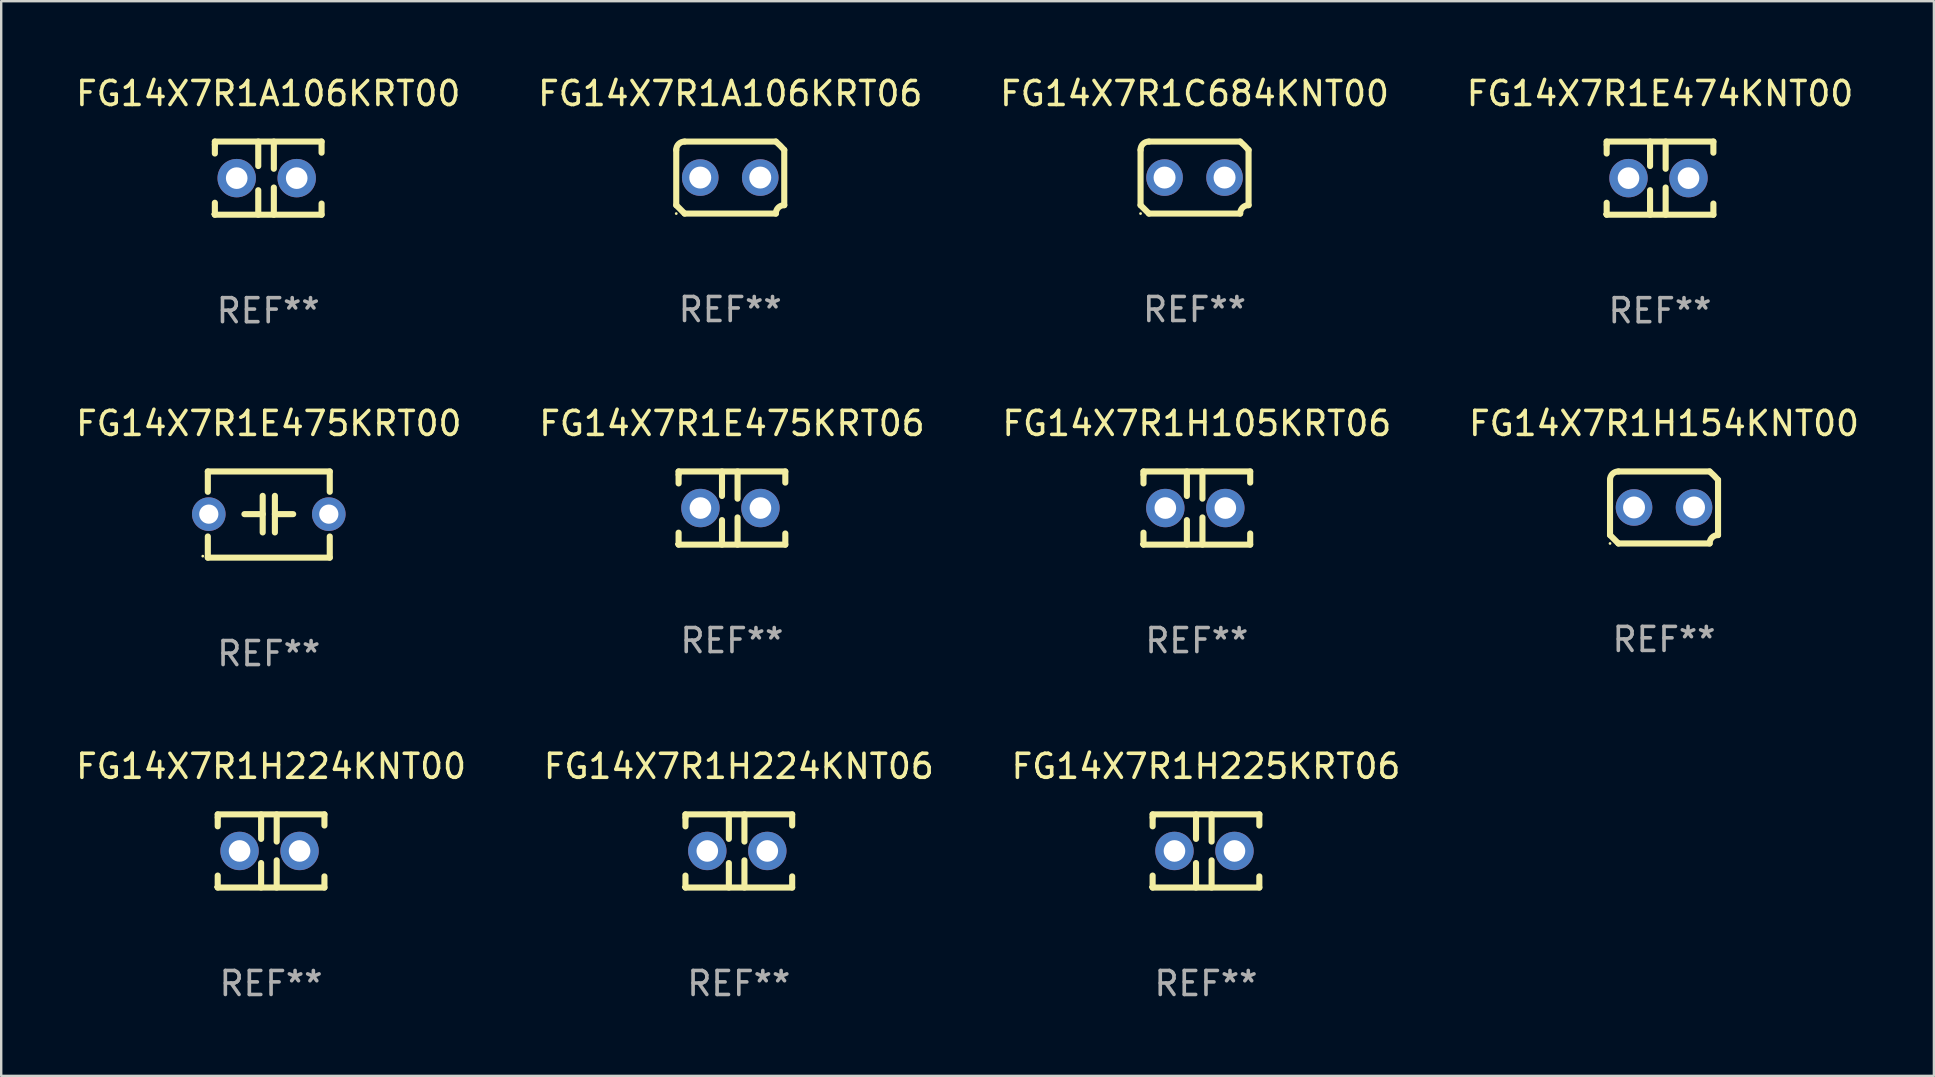
<source format=kicad_pcb>
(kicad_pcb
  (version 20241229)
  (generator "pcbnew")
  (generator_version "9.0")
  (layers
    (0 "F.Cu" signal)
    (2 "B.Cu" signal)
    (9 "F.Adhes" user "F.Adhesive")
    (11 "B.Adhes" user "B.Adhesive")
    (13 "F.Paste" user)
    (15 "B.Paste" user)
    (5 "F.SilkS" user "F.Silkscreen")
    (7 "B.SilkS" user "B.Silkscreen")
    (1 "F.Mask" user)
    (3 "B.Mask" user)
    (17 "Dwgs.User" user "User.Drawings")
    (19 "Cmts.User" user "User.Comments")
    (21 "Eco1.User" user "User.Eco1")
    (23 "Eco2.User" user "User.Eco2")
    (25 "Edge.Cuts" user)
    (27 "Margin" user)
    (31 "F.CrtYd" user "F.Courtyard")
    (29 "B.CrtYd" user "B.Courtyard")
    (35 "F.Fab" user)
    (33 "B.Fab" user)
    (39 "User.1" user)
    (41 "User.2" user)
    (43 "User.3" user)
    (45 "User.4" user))
  (footprint "FG14X7R1A106KRT06"
    (layer "F.Cu")
    (at 27.375 4.348)
    (property "Reference" "FG14X7R1A106KRT06" (at 0 -3.5 0) (layer "F.SilkS") (effects (font (size 1 1) (thickness 0.15))))
    (attr through_hole)
    (fp_line (start -2.25 -1.15) (end -2.25 1.15) (stroke (width 0.254) (type solid)) (layer "F.SilkS"))
    (fp_line (start -1.9 -1.5) (end 1.9 -1.5) (stroke (width 0.254) (type solid)) (layer "F.SilkS"))
    (fp_line (start 1.9 1.5) (end -1.9 1.5) (stroke (width 0.254) (type solid)) (layer "F.SilkS"))
    (fp_line (start 2.25 1.15) (end 2.25 -1.15) (stroke (width 0.254) (type solid)) (layer "F.SilkS"))
    (fp_arc (start -2.250444 -1.150623) (mid -2.148751 -1.399065) (end -1.9 -1.5) (stroke (width 0.254001) (type solid)) (layer "F.SilkS"))
    (fp_arc (start -1.90061 1.500431) (mid -2.075366 1.325276) (end -2.249987 1.149987) (stroke (width 0.254001) (type solid)) (layer "F.SilkS"))
    (fp_arc (start 1.9 1.5) (mid 2.001853 1.251718) (end 2.250445 1.150622) (stroke (width 0.254001) (type solid)) (layer "F.SilkS"))
    (fp_arc (start 1.90066 -1.500432) (mid 2.081685 -1.331526) (end 2.250038 -1.149987) (stroke (width 0.254001) (type solid)) (layer "F.SilkS"))
    (fp_circle (center -2.25 1.5) (end -2.22 1.5) (stroke (width 0.06) (type solid)) (fill no) (layer "F.SilkS"))
    (fp_text user "REF**" (at 0 5.5 0) (layer "F.Fab") (effects (font (size 1 1) (thickness 0.15))))
    (pad "1" thru_hole circle (at -1.25 0) (size 1.524 1.524) (drill 0.914) (layers "*.Cu" "*.Mask"))
    (pad "2" thru_hole circle (at 1.25 0) (size 1.524 1.524) (drill 0.914) (layers "*.Cu" "*.Mask")))
  (footprint "FG14X7R1A106KRT00"
    (layer "F.Cu")
    (at 8.125 4.372)
    (property "Reference" "FG14X7R1A106KRT00" (at 0 -3.524 0) (layer "F.SilkS") (effects (font (size 1 1) (thickness 0.15))))
    (attr through_hole)
    (fp_line (start -2.223 -1.524) (end 2.223 -1.524) (stroke (width 0.254) (type solid)) (layer "F.SilkS"))
    (fp_line (start -2.223 -1.397) (end -2.223 -1.524) (stroke (width 0.254) (type solid)) (layer "F.SilkS"))
    (fp_line (start -2.223 -1.026) (end -2.223 -1.397) (stroke (width 0.254) (type solid)) (layer "F.SilkS"))
    (fp_line (start -2.223 1.524) (end -2.223 1.026) (stroke (width 0.254) (type solid)) (layer "F.SilkS"))
    (fp_line (start -0.415 -1.524) (end -0.415 -0.503) (stroke (width 0.254) (type solid)) (layer "F.SilkS"))
    (fp_line (start -0.415 0.503) (end -0.415 1.524) (stroke (width 0.254) (type solid)) (layer "F.SilkS"))
    (fp_line (start 0.234 -1.524) (end 0.234 -0.391) (stroke (width 0.254) (type solid)) (layer "F.SilkS"))
    (fp_line (start 0.234 0.391) (end 0.234 1.524) (stroke (width 0.254) (type solid)) (layer "F.SilkS"))
    (fp_line (start 2.223 -1.524) (end 2.223 -1.06) (stroke (width 0.254) (type solid)) (layer "F.SilkS"))
    (fp_line (start 2.223 1.06) (end 2.223 1.524) (stroke (width 0.254) (type solid)) (layer "F.SilkS"))
    (fp_line (start 2.223 1.524) (end -2.223 1.524) (stroke (width 0.254) (type solid)) (layer "F.SilkS"))
    (fp_circle (center -2.314 1.5) (end -2.284 1.5) (stroke (width 0.06) (type solid)) (fill no) (layer "F.SilkS"))
    (fp_text user "REF**" (at 0 5.524 0) (layer "F.Fab") (effects (font (size 1 1) (thickness 0.15))))
    (pad "1" thru_hole circle (at -1.313 0) (size 1.6 1.6) (drill 0.9) (layers "*.Cu" "*.Mask"))
    (pad "2" thru_hole circle (at 1.187 0) (size 1.6 1.6) (drill 0.9) (layers "*.Cu" "*.Mask")))
  (footprint "FG14X7R1E474KNT00"
    (layer "F.Cu")
    (at 66.113 4.372)
    (property "Reference" "FG14X7R1E474KNT00" (at 0 -3.524 0) (layer "F.SilkS") (effects (font (size 1 1) (thickness 0.15))))
    (attr through_hole)
    (fp_line (start -2.223 -1.524) (end 2.223 -1.524) (stroke (width 0.254) (type solid)) (layer "F.SilkS"))
    (fp_line (start -2.223 -1.397) (end -2.223 -1.524) (stroke (width 0.254) (type solid)) (layer "F.SilkS"))
    (fp_line (start -2.223 -1.026) (end -2.223 -1.397) (stroke (width 0.254) (type solid)) (layer "F.SilkS"))
    (fp_line (start -2.223 1.524) (end -2.223 1.026) (stroke (width 0.254) (type solid)) (layer "F.SilkS"))
    (fp_line (start -0.415 -1.524) (end -0.415 -0.503) (stroke (width 0.254) (type solid)) (layer "F.SilkS"))
    (fp_line (start -0.415 0.503) (end -0.415 1.524) (stroke (width 0.254) (type solid)) (layer "F.SilkS"))
    (fp_line (start 0.234 -1.524) (end 0.234 -0.391) (stroke (width 0.254) (type solid)) (layer "F.SilkS"))
    (fp_line (start 0.234 0.391) (end 0.234 1.524) (stroke (width 0.254) (type solid)) (layer "F.SilkS"))
    (fp_line (start 2.223 -1.524) (end 2.223 -1.06) (stroke (width 0.254) (type solid)) (layer "F.SilkS"))
    (fp_line (start 2.223 1.06) (end 2.223 1.524) (stroke (width 0.254) (type solid)) (layer "F.SilkS"))
    (fp_line (start 2.223 1.524) (end -2.223 1.524) (stroke (width 0.254) (type solid)) (layer "F.SilkS"))
    (fp_circle (center -2.314 1.5) (end -2.284 1.5) (stroke (width 0.06) (type solid)) (fill no) (layer "F.SilkS"))
    (fp_text user "REF**" (at 0 5.524 0) (layer "F.Fab") (effects (font (size 1 1) (thickness 0.15))))
    (pad "1" thru_hole circle (at -1.313 0) (size 1.6 1.6) (drill 0.9) (layers "*.Cu" "*.Mask"))
    (pad "2" thru_hole circle (at 1.187 0) (size 1.6 1.6) (drill 0.9) (layers "*.Cu" "*.Mask")))
  (footprint "FG14X7R1C684KNT00"
    (layer "F.Cu")
    (at 46.72 4.348)
    (property "Reference" "FG14X7R1C684KNT00" (at 0 -3.5 0) (layer "F.SilkS") (effects (font (size 1 1) (thickness 0.15))))
    (attr through_hole)
    (fp_line (start -2.25 -1.15) (end -2.25 1.15) (stroke (width 0.254) (type solid)) (layer "F.SilkS"))
    (fp_line (start -1.9 -1.5) (end 1.9 -1.5) (stroke (width 0.254) (type solid)) (layer "F.SilkS"))
    (fp_line (start 1.9 1.5) (end -1.9 1.5) (stroke (width 0.254) (type solid)) (layer "F.SilkS"))
    (fp_line (start 2.25 1.15) (end 2.25 -1.15) (stroke (width 0.254) (type solid)) (layer "F.SilkS"))
    (fp_arc (start -2.250444 -1.150623) (mid -2.148751 -1.399065) (end -1.9 -1.5) (stroke (width 0.254001) (type solid)) (layer "F.SilkS"))
    (fp_arc (start -1.90061 1.500431) (mid -2.075366 1.325276) (end -2.249987 1.149987) (stroke (width 0.254001) (type solid)) (layer "F.SilkS"))
    (fp_arc (start 1.9 1.5) (mid 2.001853 1.251718) (end 2.250445 1.150622) (stroke (width 0.254001) (type solid)) (layer "F.SilkS"))
    (fp_arc (start 1.90066 -1.500432) (mid 2.081685 -1.331526) (end 2.250038 -1.149987) (stroke (width 0.254001) (type solid)) (layer "F.SilkS"))
    (fp_circle (center -2.25 1.5) (end -2.22 1.5) (stroke (width 0.06) (type solid)) (fill no) (layer "F.SilkS"))
    (fp_text user "REF**" (at 0 5.5 0) (layer "F.Fab") (effects (font (size 1 1) (thickness 0.15))))
    (pad "1" thru_hole circle (at -1.25 0) (size 1.524 1.524) (drill 0.914) (layers "*.Cu" "*.Mask"))
    (pad "2" thru_hole circle (at 1.25 0) (size 1.524 1.524) (drill 0.914) (layers "*.Cu" "*.Mask")))
  (footprint "FG14X7R1H224KNT06"
    (layer "F.Cu")
    (at 27.732 32.404)
    (property "Reference" "FG14X7R1H224KNT06" (at 0 -3.524 0) (layer "F.SilkS") (effects (font (size 1 1) (thickness 0.15))))
    (attr through_hole)
    (fp_line (start -2.223 -1.524) (end 2.223 -1.524) (stroke (width 0.254) (type solid)) (layer "F.SilkS"))
    (fp_line (start -2.223 -1.397) (end -2.223 -1.524) (stroke (width 0.254) (type solid)) (layer "F.SilkS"))
    (fp_line (start -2.223 -1.026) (end -2.223 -1.397) (stroke (width 0.254) (type solid)) (layer "F.SilkS"))
    (fp_line (start -2.223 1.524) (end -2.223 1.026) (stroke (width 0.254) (type solid)) (layer "F.SilkS"))
    (fp_line (start -0.415 -1.524) (end -0.415 -0.503) (stroke (width 0.254) (type solid)) (layer "F.SilkS"))
    (fp_line (start -0.415 0.503) (end -0.415 1.524) (stroke (width 0.254) (type solid)) (layer "F.SilkS"))
    (fp_line (start 0.234 -1.524) (end 0.234 -0.391) (stroke (width 0.254) (type solid)) (layer "F.SilkS"))
    (fp_line (start 0.234 0.391) (end 0.234 1.524) (stroke (width 0.254) (type solid)) (layer "F.SilkS"))
    (fp_line (start 2.223 -1.524) (end 2.223 -1.06) (stroke (width 0.254) (type solid)) (layer "F.SilkS"))
    (fp_line (start 2.223 1.06) (end 2.223 1.524) (stroke (width 0.254) (type solid)) (layer "F.SilkS"))
    (fp_line (start 2.223 1.524) (end -2.223 1.524) (stroke (width 0.254) (type solid)) (layer "F.SilkS"))
    (fp_circle (center -2.314 1.5) (end -2.284 1.5) (stroke (width 0.06) (type solid)) (fill no) (layer "F.SilkS"))
    (fp_text user "REF**" (at 0 5.524 0) (layer "F.Fab") (effects (font (size 1 1) (thickness 0.15))))
    (pad "1" thru_hole circle (at -1.313 0) (size 1.6 1.6) (drill 0.9) (layers "*.Cu" "*.Mask"))
    (pad "2" thru_hole circle (at 1.187 0) (size 1.6 1.6) (drill 0.9) (layers "*.Cu" "*.Mask")))
  (footprint "FG14X7R1H105KRT06"
    (layer "F.Cu")
    (at 46.815 18.117)
    (property "Reference" "FG14X7R1H105KRT06" (at 0 -3.524 0) (layer "F.SilkS") (effects (font (size 1 1) (thickness 0.15))))
    (attr through_hole)
    (fp_line (start -2.223 -1.524) (end 2.223 -1.524) (stroke (width 0.254) (type solid)) (layer "F.SilkS"))
    (fp_line (start -2.223 -1.397) (end -2.223 -1.524) (stroke (width 0.254) (type solid)) (layer "F.SilkS"))
    (fp_line (start -2.223 -1.026) (end -2.223 -1.397) (stroke (width 0.254) (type solid)) (layer "F.SilkS"))
    (fp_line (start -2.223 1.524) (end -2.223 1.026) (stroke (width 0.254) (type solid)) (layer "F.SilkS"))
    (fp_line (start -0.415 -1.524) (end -0.415 -0.503) (stroke (width 0.254) (type solid)) (layer "F.SilkS"))
    (fp_line (start -0.415 0.503) (end -0.415 1.524) (stroke (width 0.254) (type solid)) (layer "F.SilkS"))
    (fp_line (start 0.234 -1.524) (end 0.234 -0.391) (stroke (width 0.254) (type solid)) (layer "F.SilkS"))
    (fp_line (start 0.234 0.391) (end 0.234 1.524) (stroke (width 0.254) (type solid)) (layer "F.SilkS"))
    (fp_line (start 2.223 -1.524) (end 2.223 -1.06) (stroke (width 0.254) (type solid)) (layer "F.SilkS"))
    (fp_line (start 2.223 1.06) (end 2.223 1.524) (stroke (width 0.254) (type solid)) (layer "F.SilkS"))
    (fp_line (start 2.223 1.524) (end -2.223 1.524) (stroke (width 0.254) (type solid)) (layer "F.SilkS"))
    (fp_circle (center -2.314 1.5) (end -2.284 1.5) (stroke (width 0.06) (type solid)) (fill no) (layer "F.SilkS"))
    (fp_text user "REF**" (at 0 5.524 0) (layer "F.Fab") (effects (font (size 1 1) (thickness 0.15))))
    (pad "1" thru_hole circle (at -1.313 0) (size 1.6 1.6) (drill 0.9) (layers "*.Cu" "*.Mask"))
    (pad "2" thru_hole circle (at 1.187 0) (size 1.6 1.6) (drill 0.9) (layers "*.Cu" "*.Mask")))
  (footprint "FG14X7R1H225KRT06"
    (layer "F.Cu")
    (at 47.196 32.404)
    (property "Reference" "FG14X7R1H225KRT06" (at 0 -3.524 0) (layer "F.SilkS") (effects (font (size 1 1) (thickness 0.15))))
    (attr through_hole)
    (fp_line (start -2.223 -1.524) (end 2.223 -1.524) (stroke (width 0.254) (type solid)) (layer "F.SilkS"))
    (fp_line (start -2.223 -1.397) (end -2.223 -1.524) (stroke (width 0.254) (type solid)) (layer "F.SilkS"))
    (fp_line (start -2.223 -1.026) (end -2.223 -1.397) (stroke (width 0.254) (type solid)) (layer "F.SilkS"))
    (fp_line (start -2.223 1.524) (end -2.223 1.026) (stroke (width 0.254) (type solid)) (layer "F.SilkS"))
    (fp_line (start -0.415 -1.524) (end -0.415 -0.503) (stroke (width 0.254) (type solid)) (layer "F.SilkS"))
    (fp_line (start -0.415 0.503) (end -0.415 1.524) (stroke (width 0.254) (type solid)) (layer "F.SilkS"))
    (fp_line (start 0.234 -1.524) (end 0.234 -0.391) (stroke (width 0.254) (type solid)) (layer "F.SilkS"))
    (fp_line (start 0.234 0.391) (end 0.234 1.524) (stroke (width 0.254) (type solid)) (layer "F.SilkS"))
    (fp_line (start 2.223 -1.524) (end 2.223 -1.06) (stroke (width 0.254) (type solid)) (layer "F.SilkS"))
    (fp_line (start 2.223 1.06) (end 2.223 1.524) (stroke (width 0.254) (type solid)) (layer "F.SilkS"))
    (fp_line (start 2.223 1.524) (end -2.223 1.524) (stroke (width 0.254) (type solid)) (layer "F.SilkS"))
    (fp_circle (center -2.314 1.5) (end -2.284 1.5) (stroke (width 0.06) (type solid)) (fill no) (layer "F.SilkS"))
    (fp_text user "REF**" (at 0 5.524 0) (layer "F.Fab") (effects (font (size 1 1) (thickness 0.15))))
    (pad "1" thru_hole circle (at -1.313 0) (size 1.6 1.6) (drill 0.9) (layers "*.Cu" "*.Mask"))
    (pad "2" thru_hole circle (at 1.187 0) (size 1.6 1.6) (drill 0.9) (layers "*.Cu" "*.Mask")))
  (footprint "FG14X7R1H154KNT00"
    (layer "F.Cu")
    (at 66.28 18.093)
    (property "Reference" "FG14X7R1H154KNT00" (at 0 -3.5 0) (layer "F.SilkS") (effects (font (size 1 1) (thickness 0.15))))
    (attr through_hole)
    (fp_line (start -2.25 -1.15) (end -2.25 1.15) (stroke (width 0.254) (type solid)) (layer "F.SilkS"))
    (fp_line (start -1.9 -1.5) (end 1.9 -1.5) (stroke (width 0.254) (type solid)) (layer "F.SilkS"))
    (fp_line (start 1.9 1.5) (end -1.9 1.5) (stroke (width 0.254) (type solid)) (layer "F.SilkS"))
    (fp_line (start 2.25 1.15) (end 2.25 -1.15) (stroke (width 0.254) (type solid)) (layer "F.SilkS"))
    (fp_arc (start -2.250444 -1.150623) (mid -2.148751 -1.399065) (end -1.9 -1.5) (stroke (width 0.254001) (type solid)) (layer "F.SilkS"))
    (fp_arc (start -1.90061 1.500431) (mid -2.075366 1.325276) (end -2.249987 1.149987) (stroke (width 0.254001) (type solid)) (layer "F.SilkS"))
    (fp_arc (start 1.9 1.5) (mid 2.001853 1.251718) (end 2.250445 1.150622) (stroke (width 0.254001) (type solid)) (layer "F.SilkS"))
    (fp_arc (start 1.90066 -1.500432) (mid 2.081685 -1.331526) (end 2.250038 -1.149987) (stroke (width 0.254001) (type solid)) (layer "F.SilkS"))
    (fp_circle (center -2.25 1.5) (end -2.22 1.5) (stroke (width 0.06) (type solid)) (fill no) (layer "F.SilkS"))
    (fp_text user "REF**" (at 0 5.5 0) (layer "F.Fab") (effects (font (size 1 1) (thickness 0.15))))
    (pad "1" thru_hole circle (at -1.25 0) (size 1.524 1.524) (drill 0.914) (layers "*.Cu" "*.Mask"))
    (pad "2" thru_hole circle (at 1.25 0) (size 1.524 1.524) (drill 0.914) (layers "*.Cu" "*.Mask")))
  (footprint "FG14X7R1H224KNT00"
    (layer "F.Cu")
    (at 8.244 32.404)
    (property "Reference" "FG14X7R1H224KNT00" (at 0 -3.524 0) (layer "F.SilkS") (effects (font (size 1 1) (thickness 0.15))))
    (attr through_hole)
    (fp_line (start -2.223 -1.524) (end 2.223 -1.524) (stroke (width 0.254) (type solid)) (layer "F.SilkS"))
    (fp_line (start -2.223 -1.397) (end -2.223 -1.524) (stroke (width 0.254) (type solid)) (layer "F.SilkS"))
    (fp_line (start -2.223 -1.026) (end -2.223 -1.397) (stroke (width 0.254) (type solid)) (layer "F.SilkS"))
    (fp_line (start -2.223 1.524) (end -2.223 1.026) (stroke (width 0.254) (type solid)) (layer "F.SilkS"))
    (fp_line (start -0.415 -1.524) (end -0.415 -0.503) (stroke (width 0.254) (type solid)) (layer "F.SilkS"))
    (fp_line (start -0.415 0.503) (end -0.415 1.524) (stroke (width 0.254) (type solid)) (layer "F.SilkS"))
    (fp_line (start 0.234 -1.524) (end 0.234 -0.391) (stroke (width 0.254) (type solid)) (layer "F.SilkS"))
    (fp_line (start 0.234 0.391) (end 0.234 1.524) (stroke (width 0.254) (type solid)) (layer "F.SilkS"))
    (fp_line (start 2.223 -1.524) (end 2.223 -1.06) (stroke (width 0.254) (type solid)) (layer "F.SilkS"))
    (fp_line (start 2.223 1.06) (end 2.223 1.524) (stroke (width 0.254) (type solid)) (layer "F.SilkS"))
    (fp_line (start 2.223 1.524) (end -2.223 1.524) (stroke (width 0.254) (type solid)) (layer "F.SilkS"))
    (fp_circle (center -2.314 1.5) (end -2.284 1.5) (stroke (width 0.06) (type solid)) (fill no) (layer "F.SilkS"))
    (fp_text user "REF**" (at 0 5.524 0) (layer "F.Fab") (effects (font (size 1 1) (thickness 0.15))))
    (pad "1" thru_hole circle (at -1.313 0) (size 1.6 1.6) (drill 0.9) (layers "*.Cu" "*.Mask"))
    (pad "2" thru_hole circle (at 1.187 0) (size 1.6 1.6) (drill 0.9) (layers "*.Cu" "*.Mask")))
  (footprint "FG14X7R1E475KRT06"
    (layer "F.Cu")
    (at 27.446 18.117)
    (property "Reference" "FG14X7R1E475KRT06" (at 0 -3.524 0) (layer "F.SilkS") (effects (font (size 1 1) (thickness 0.15))))
    (attr through_hole)
    (fp_line (start -2.223 -1.524) (end 2.223 -1.524) (stroke (width 0.254) (type solid)) (layer "F.SilkS"))
    (fp_line (start -2.223 -1.397) (end -2.223 -1.524) (stroke (width 0.254) (type solid)) (layer "F.SilkS"))
    (fp_line (start -2.223 -1.026) (end -2.223 -1.397) (stroke (width 0.254) (type solid)) (layer "F.SilkS"))
    (fp_line (start -2.223 1.524) (end -2.223 1.026) (stroke (width 0.254) (type solid)) (layer "F.SilkS"))
    (fp_line (start -0.415 -1.524) (end -0.415 -0.503) (stroke (width 0.254) (type solid)) (layer "F.SilkS"))
    (fp_line (start -0.415 0.503) (end -0.415 1.524) (stroke (width 0.254) (type solid)) (layer "F.SilkS"))
    (fp_line (start 0.234 -1.524) (end 0.234 -0.391) (stroke (width 0.254) (type solid)) (layer "F.SilkS"))
    (fp_line (start 0.234 0.391) (end 0.234 1.524) (stroke (width 0.254) (type solid)) (layer "F.SilkS"))
    (fp_line (start 2.223 -1.524) (end 2.223 -1.06) (stroke (width 0.254) (type solid)) (layer "F.SilkS"))
    (fp_line (start 2.223 1.06) (end 2.223 1.524) (stroke (width 0.254) (type solid)) (layer "F.SilkS"))
    (fp_line (start 2.223 1.524) (end -2.223 1.524) (stroke (width 0.254) (type solid)) (layer "F.SilkS"))
    (fp_circle (center -2.314 1.5) (end -2.284 1.5) (stroke (width 0.06) (type solid)) (fill no) (layer "F.SilkS"))
    (fp_text user "REF**" (at 0 5.524 0) (layer "F.Fab") (effects (font (size 1 1) (thickness 0.15))))
    (pad "1" thru_hole circle (at -1.313 0) (size 1.6 1.6) (drill 0.9) (layers "*.Cu" "*.Mask"))
    (pad "2" thru_hole circle (at 1.187 0) (size 1.6 1.6) (drill 0.9) (layers "*.Cu" "*.Mask")))
  (footprint "FG14X7R1E475KRT00"
    (layer "F.Cu")
    (at 8.149 18.388)
    (property "Reference" "FG14X7R1E475KRT00" (at 0 -3.795 0) (layer "F.SilkS") (effects (font (size 1 1) (thickness 0.15))))
    (attr through_hole)
    (fp_line (start -2.54 -1.795) (end 2.54 -1.795) (stroke (width 0.254) (type solid)) (layer "F.SilkS"))
    (fp_line (start -2.54 -0.948) (end -2.54 -1.795) (stroke (width 0.254) (type solid)) (layer "F.SilkS"))
    (fp_line (start -2.54 1.795) (end -2.54 0.913) (stroke (width 0.254) (type solid)) (layer "F.SilkS"))
    (fp_line (start -1.016 -0.017) (end -0.254 -0.017) (stroke (width 0.254) (type solid)) (layer "F.SilkS"))
    (fp_line (start -0.254 0.745) (end -0.254 -0.779) (stroke (width 0.254) (type solid)) (layer "F.SilkS"))
    (fp_line (start 0.254 -0.779) (end 0.254 0.745) (stroke (width 0.254) (type solid)) (layer "F.SilkS"))
    (fp_line (start 1.016 -0.017) (end 0.254 -0.017) (stroke (width 0.254) (type solid)) (layer "F.SilkS"))
    (fp_line (start 2.54 -1.795) (end 2.54 -0.948) (stroke (width 0.254) (type solid)) (layer "F.SilkS"))
    (fp_line (start 2.54 1.795) (end -2.54 1.795) (stroke (width 0.254) (type solid)) (layer "F.SilkS"))
    (fp_line (start 2.54 1.795) (end 2.54 0.913) (stroke (width 0.254) (type solid)) (layer "F.SilkS"))
    (fp_circle (center -2.75 1.733) (end -2.72 1.733) (stroke (width 0.06) (type solid)) (fill no) (layer "F.SilkS"))
    (fp_text user "REF**" (at 0 5.795 0) (layer "F.Fab") (effects (font (size 1 1) (thickness 0.15))))
    (pad "1" thru_hole circle (at -2.5 -0.017) (size 1.4 1.4) (drill 0.8) (layers "*.Cu" "*.Mask"))
    (pad "2" thru_hole circle (at 2.5 -0.017) (size 1.4 1.4) (drill 0.8) (layers "*.Cu" "*.Mask")))
  (gr_rect
    (start -3 -3)
    (end 77.524 41.776)
    (stroke (width 0.1) (type default))
    (fill no)
    (layer "Edge.Cuts")))
</source>
